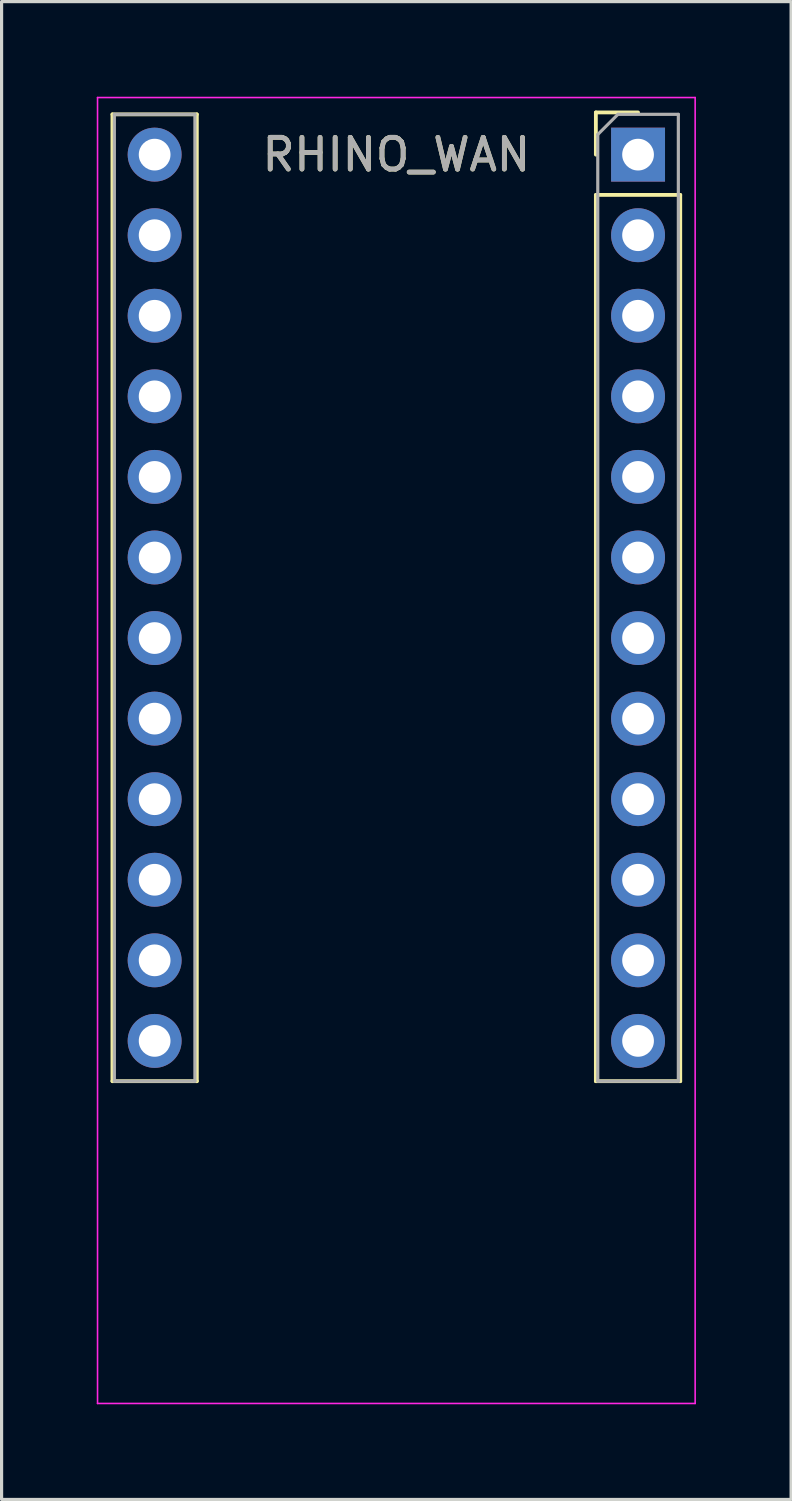
<source format=kicad_pcb>
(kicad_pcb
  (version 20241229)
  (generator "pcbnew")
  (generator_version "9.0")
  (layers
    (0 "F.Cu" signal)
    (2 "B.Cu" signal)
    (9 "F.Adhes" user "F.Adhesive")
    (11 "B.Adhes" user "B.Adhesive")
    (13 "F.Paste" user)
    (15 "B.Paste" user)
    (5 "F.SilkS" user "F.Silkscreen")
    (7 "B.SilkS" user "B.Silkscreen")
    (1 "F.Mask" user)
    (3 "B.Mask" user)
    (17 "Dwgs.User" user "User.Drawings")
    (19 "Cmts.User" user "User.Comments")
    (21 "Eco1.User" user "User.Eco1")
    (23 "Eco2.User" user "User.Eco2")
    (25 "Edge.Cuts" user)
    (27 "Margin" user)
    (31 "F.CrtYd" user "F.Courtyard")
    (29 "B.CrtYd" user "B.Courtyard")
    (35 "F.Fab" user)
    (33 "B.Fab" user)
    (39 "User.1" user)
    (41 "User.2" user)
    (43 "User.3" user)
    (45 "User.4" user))
  (footprint "RHINO_WAN"
    (layer "F.Cu")
    (at 17.065 1.825)
    (property "Reference" "RHINO_WAN" (at -7.62 0 0) (layer "F.SilkS") (effects (font (size 1 1) (thickness 0.15))))
    (attr through_hole)
    (fp_line (start -16.57 -1.27) (end -16.57 29.21) (stroke (width 0.12) (type solid)) (layer "F.SilkS"))
    (fp_line (start -16.57 -1.27) (end -13.91 -1.27) (stroke (width 0.12) (type solid)) (layer "F.SilkS"))
    (fp_line (start -16.57 29.21) (end -13.91 29.21) (stroke (width 0.12) (type solid)) (layer "F.SilkS"))
    (fp_line (start -13.91 -1.27) (end -13.91 29.21) (stroke (width 0.12) (type solid)) (layer "F.SilkS"))
    (fp_line (start -1.33 -1.33) (end 0 -1.33) (stroke (width 0.12) (type solid)) (layer "F.SilkS"))
    (fp_line (start -1.33 0) (end -1.33 -1.33) (stroke (width 0.12) (type solid)) (layer "F.SilkS"))
    (fp_line (start -1.33 1.27) (end -1.33 29.21) (stroke (width 0.12) (type solid)) (layer "F.SilkS"))
    (fp_line (start -1.33 1.27) (end 1.33 1.27) (stroke (width 0.12) (type solid)) (layer "F.SilkS"))
    (fp_line (start -1.33 29.21) (end 1.33 29.21) (stroke (width 0.12) (type solid)) (layer "F.SilkS"))
    (fp_line (start 1.33 1.27) (end 1.33 29.21) (stroke (width 0.12) (type solid)) (layer "F.SilkS"))
    (fp_line (start -17.04 -1.8) (end -17.04 39.37) (stroke (width 0.05) (type solid)) (layer "F.CrtYd"))
    (fp_line (start -17.04 39.37) (end 1.8 39.37) (stroke (width 0.05) (type solid)) (layer "F.CrtYd"))
    (fp_line (start 1.8 -1.8) (end -17.04 -1.8) (stroke (width 0.05) (type solid)) (layer "F.CrtYd"))
    (fp_line (start 1.8 39.37) (end 1.8 -1.8) (stroke (width 0.05) (type solid)) (layer "F.CrtYd"))
    (fp_line (start -16.51 29.21) (end -16.51 -1.27) (stroke (width 0.1) (type solid)) (layer "F.Fab"))
    (fp_line (start -13.97 -1.27) (end -16.51 -1.27) (stroke (width 0.1) (type solid)) (layer "F.Fab"))
    (fp_line (start -13.97 -1.27) (end -13.97 29.21) (stroke (width 0.1) (type solid)) (layer "F.Fab"))
    (fp_line (start -13.97 29.21) (end -16.51 29.21) (stroke (width 0.1) (type solid)) (layer "F.Fab"))
    (fp_line (start -1.27 -0.635) (end -0.635 -1.27) (stroke (width 0.1) (type solid)) (layer "F.Fab"))
    (fp_line (start -1.27 29.21) (end -1.27 -0.635) (stroke (width 0.1) (type solid)) (layer "F.Fab"))
    (fp_line (start -0.635 -1.27) (end 1.27 -1.27) (stroke (width 0.1) (type solid)) (layer "F.Fab"))
    (fp_line (start 1.27 -1.27) (end 1.27 29.21) (stroke (width 0.1) (type solid)) (layer "F.Fab"))
    (fp_line (start 1.27 29.21) (end -1.27 29.21) (stroke (width 0.1) (type solid)) (layer "F.Fab"))
    (fp_text user "${REFERENCE}" (at -7.62 0 180) (layer "F.Fab") (effects (font (size 1 1) (thickness 0.15))))
    (pad "1" thru_hole rect (at 0 0) (size 1.7 1.7) (drill 1) (layers "*.Cu" "*.Mask"))
    (pad "2" thru_hole oval (at 0 2.54) (size 1.7 1.7) (drill 1) (layers "*.Cu" "*.Mask"))
    (pad "3" thru_hole oval (at 0 5.08) (size 1.7 1.7) (drill 1) (layers "*.Cu" "*.Mask"))
    (pad "4" thru_hole oval (at 0 7.62) (size 1.7 1.7) (drill 1) (layers "*.Cu" "*.Mask"))
    (pad "5" thru_hole oval (at 0 10.16) (size 1.7 1.7) (drill 1) (layers "*.Cu" "*.Mask"))
    (pad "6" thru_hole oval (at 0 12.7) (size 1.7 1.7) (drill 1) (layers "*.Cu" "*.Mask"))
    (pad "7" thru_hole oval (at 0 15.24) (size 1.7 1.7) (drill 1) (layers "*.Cu" "*.Mask"))
    (pad "8" thru_hole oval (at 0 17.78) (size 1.7 1.7) (drill 1) (layers "*.Cu" "*.Mask"))
    (pad "9" thru_hole oval (at 0 20.32) (size 1.7 1.7) (drill 1) (layers "*.Cu" "*.Mask"))
    (pad "10" thru_hole oval (at 0 22.86) (size 1.7 1.7) (drill 1) (layers "*.Cu" "*.Mask"))
    (pad "11" thru_hole oval (at 0 25.4) (size 1.7 1.7) (drill 1) (layers "*.Cu" "*.Mask"))
    (pad "12" thru_hole oval (at 0 27.94) (size 1.7 1.7) (drill 1) (layers "*.Cu" "*.Mask"))
    (pad "13" thru_hole oval (at -15.24 27.94) (size 1.7 1.7) (drill 1) (layers "*.Cu" "*.Mask"))
    (pad "14" thru_hole oval (at -15.24 25.4) (size 1.7 1.7) (drill 1) (layers "*.Cu" "*.Mask"))
    (pad "15" thru_hole oval (at -15.24 22.86) (size 1.7 1.7) (drill 1) (layers "*.Cu" "*.Mask"))
    (pad "16" thru_hole oval (at -15.24 20.32) (size 1.7 1.7) (drill 1) (layers "*.Cu" "*.Mask"))
    (pad "17" thru_hole oval (at -15.24 17.78) (size 1.7 1.7) (drill 1) (layers "*.Cu" "*.Mask"))
    (pad "18" thru_hole oval (at -15.24 15.24) (size 1.7 1.7) (drill 1) (layers "*.Cu" "*.Mask"))
    (pad "19" thru_hole oval (at -15.24 12.7) (size 1.7 1.7) (drill 1) (layers "*.Cu" "*.Mask"))
    (pad "20" thru_hole oval (at -15.24 10.16) (size 1.7 1.7) (drill 1) (layers "*.Cu" "*.Mask"))
    (pad "21" thru_hole oval (at -15.24 7.62) (size 1.7 1.7) (drill 1) (layers "*.Cu" "*.Mask"))
    (pad "22" thru_hole oval (at -15.24 5.08) (size 1.7 1.7) (drill 1) (layers "*.Cu" "*.Mask"))
    (pad "23" thru_hole oval (at -15.24 2.54) (size 1.7 1.7) (drill 1) (layers "*.Cu" "*.Mask"))
    (pad "24" thru_hole oval (at -15.24 0) (size 1.7 1.7) (drill 1) (layers "*.Cu" "*.Mask")))
  (gr_rect
    (start -3 -3)
    (end 21.89 44.22)
    (stroke (width 0.1) (type default))
    (fill no)
    (layer "Edge.Cuts")))
</source>
